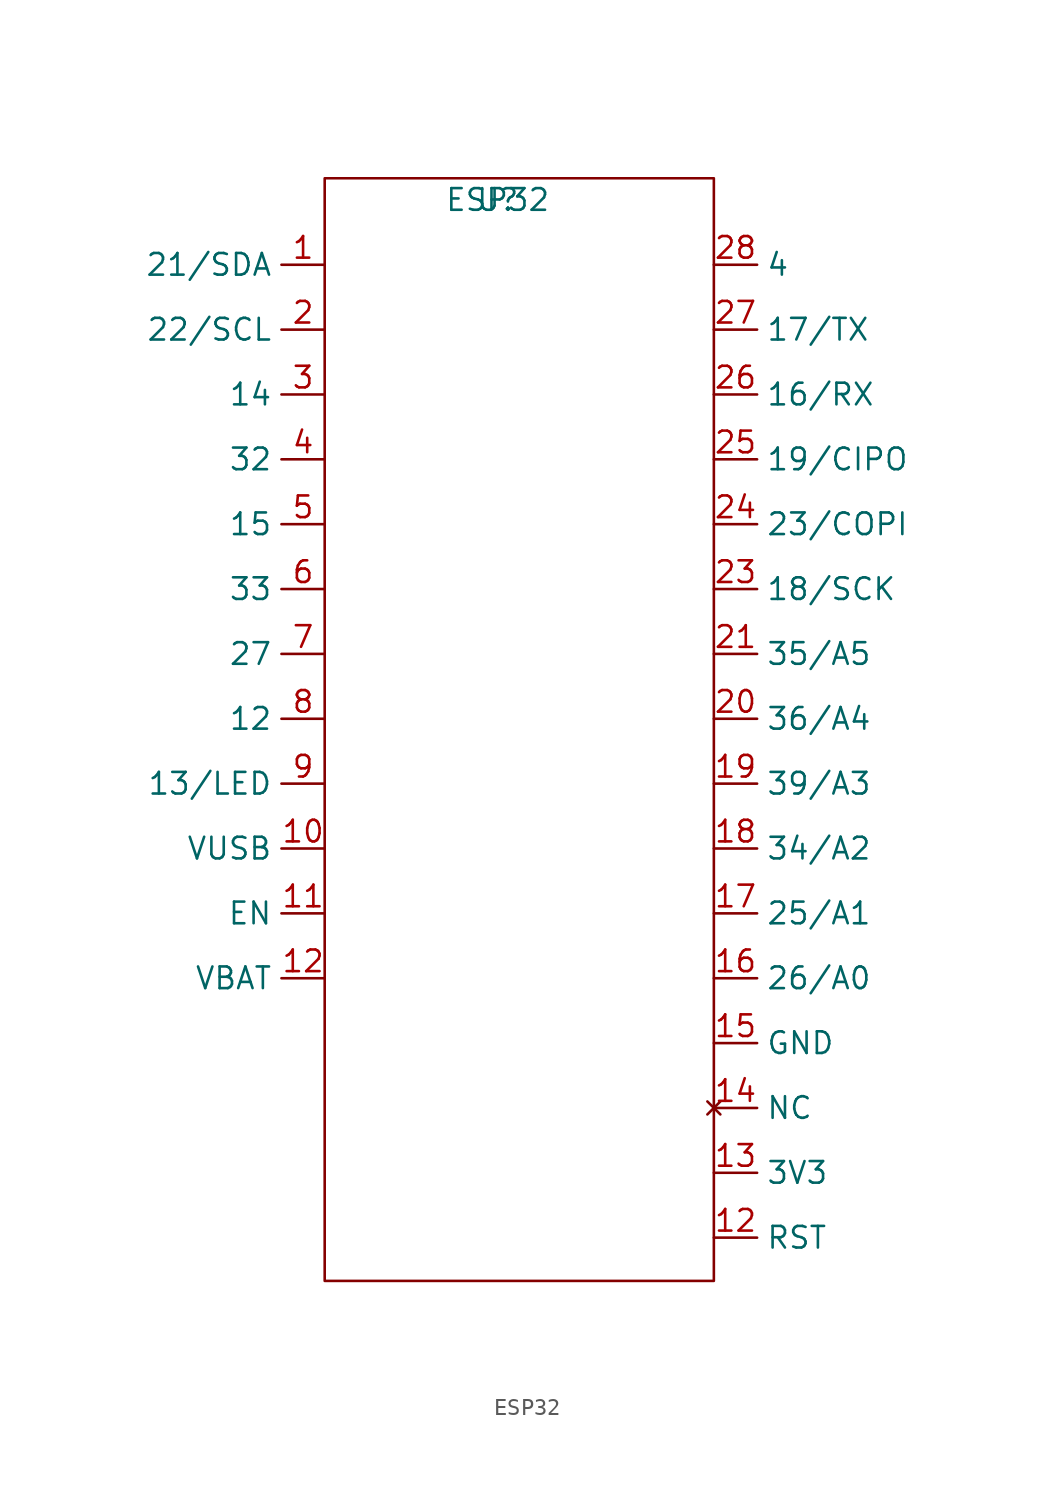
<source format=kicad_sym>
(kicad_symbol_lib
  (version 20211014)
  (generator kicad_symbol_editor)
  (symbol "ESP32"
    (property "Reference" "U"
      (at 0 0 0)
      (effects (font (size 1.27 1.27))))
    (property "Value" "ESP32"
      (at 0 0 0)
      (effects (font (size 1.27 1.27))))
    (symbol "ESP32_0_1"
      (rectangle (start -10.16 1.27) (end 12.7 -63.5) (stroke (width 0) (type default) (color 0 0 0 0)) (fill (type none))))
    (symbol "ESP32_1_1"
      (pin bidirectional line (at -10.16 -3.81 180) (length 2.54) (name "21/SDA" (effects (font (size 1.27 1.27)))) (number "1" (effects (font (size 1.27 1.27)))))
      (pin power_out line (at -10.16 -38.1 180) (length 2.54) (name "VUSB" (effects (font (size 1.27 1.27)))) (number "10" (effects (font (size 1.27 1.27)))))
      (pin unspecified line (at -10.16 -41.91 180) (length 2.54) (name "EN" (effects (font (size 1.27 1.27)))) (number "11" (effects (font (size 1.27 1.27)))))
      (pin input line (at 12.7 -60.96 0) (length 2.54) (name "RST" (effects (font (size 1.27 1.27)))) (number "12" (effects (font (size 1.27 1.27)))))
      (pin power_out line (at -10.16 -45.72 180) (length 2.54) (name "VBAT" (effects (font (size 1.27 1.27)))) (number "12" (effects (font (size 1.27 1.27)))))
      (pin power_out line (at 12.7 -57.15 0) (length 2.54) (name "3V3" (effects (font (size 1.27 1.27)))) (number "13" (effects (font (size 1.27 1.27)))))
      (pin no_connect line (at 12.7 -53.34 0) (length 2.54) (name "NC" (effects (font (size 1.27 1.27)))) (number "14" (effects (font (size 1.27 1.27)))))
      (pin open_collector line (at 12.7 -49.53 0) (length 2.54) (name "GND" (effects (font (size 1.27 1.27)))) (number "15" (effects (font (size 1.27 1.27)))))
      (pin bidirectional line (at 12.7 -45.72 0) (length 2.54) (name "26/A0" (effects (font (size 1.27 1.27)))) (number "16" (effects (font (size 1.27 1.27)))))
      (pin bidirectional line (at 12.7 -41.91 0) (length 2.54) (name "25/A1" (effects (font (size 1.27 1.27)))) (number "17" (effects (font (size 1.27 1.27)))))
      (pin bidirectional line (at 12.7 -38.1 0) (length 2.54) (name "34/A2" (effects (font (size 1.27 1.27)))) (number "18" (effects (font (size 1.27 1.27)))))
      (pin bidirectional line (at 12.7 -34.29 0) (length 2.54) (name "39/A3" (effects (font (size 1.27 1.27)))) (number "19" (effects (font (size 1.27 1.27)))))
      (pin bidirectional line (at -10.16 -7.62 180) (length 2.54) (name "22/SCL" (effects (font (size 1.27 1.27)))) (number "2" (effects (font (size 1.27 1.27)))))
      (pin bidirectional line (at 12.7 -30.48 0) (length 2.54) (name "36/A4" (effects (font (size 1.27 1.27)))) (number "20" (effects (font (size 1.27 1.27)))))
      (pin bidirectional line (at 12.7 -26.67 0) (length 2.54) (name "35/A5" (effects (font (size 1.27 1.27)))) (number "21" (effects (font (size 1.27 1.27)))))
      (pin bidirectional line (at 12.7 -22.86 0) (length 2.54) (name "18/SCK" (effects (font (size 1.27 1.27)))) (number "23" (effects (font (size 1.27 1.27)))))
      (pin bidirectional line (at 12.7 -19.05 0) (length 2.54) (name "23/COPI" (effects (font (size 1.27 1.27)))) (number "24" (effects (font (size 1.27 1.27)))))
      (pin bidirectional line (at 12.7 -15.24 0) (length 2.54) (name "19/CIPO" (effects (font (size 1.27 1.27)))) (number "25" (effects (font (size 1.27 1.27)))))
      (pin bidirectional line (at 12.7 -11.43 0) (length 2.54) (name "16/RX" (effects (font (size 1.27 1.27)))) (number "26" (effects (font (size 1.27 1.27)))))
      (pin bidirectional line (at 12.7 -7.62 0) (length 2.54) (name "17/TX" (effects (font (size 1.27 1.27)))) (number "27" (effects (font (size 1.27 1.27)))))
      (pin bidirectional line (at 12.7 -3.81 0) (length 2.54) (name "4" (effects (font (size 1.27 1.27)))) (number "28" (effects (font (size 1.27 1.27)))))
      (pin bidirectional line (at -10.16 -11.43 180) (length 2.54) (name "14" (effects (font (size 1.27 1.27)))) (number "3" (effects (font (size 1.27 1.27)))))
      (pin bidirectional line (at -10.16 -15.24 180) (length 2.54) (name "32" (effects (font (size 1.27 1.27)))) (number "4" (effects (font (size 1.27 1.27)))))
      (pin bidirectional line (at -10.16 -19.05 180) (length 2.54) (name "15" (effects (font (size 1.27 1.27)))) (number "5" (effects (font (size 1.27 1.27)))))
      (pin bidirectional line (at -10.16 -22.86 180) (length 2.54) (name "33" (effects (font (size 1.27 1.27)))) (number "6" (effects (font (size 1.27 1.27)))))
      (pin bidirectional line (at -10.16 -26.67 180) (length 2.54) (name "27" (effects (font (size 1.27 1.27)))) (number "7" (effects (font (size 1.27 1.27)))))
      (pin bidirectional line (at -10.16 -30.48 180) (length 2.54) (name "12" (effects (font (size 1.27 1.27)))) (number "8" (effects (font (size 1.27 1.27)))))
      (pin bidirectional line (at -10.16 -34.29 180) (length 2.54) (name "13/LED" (effects (font (size 1.27 1.27)))) (number "9" (effects (font (size 1.27 1.27))))))))
</source>
